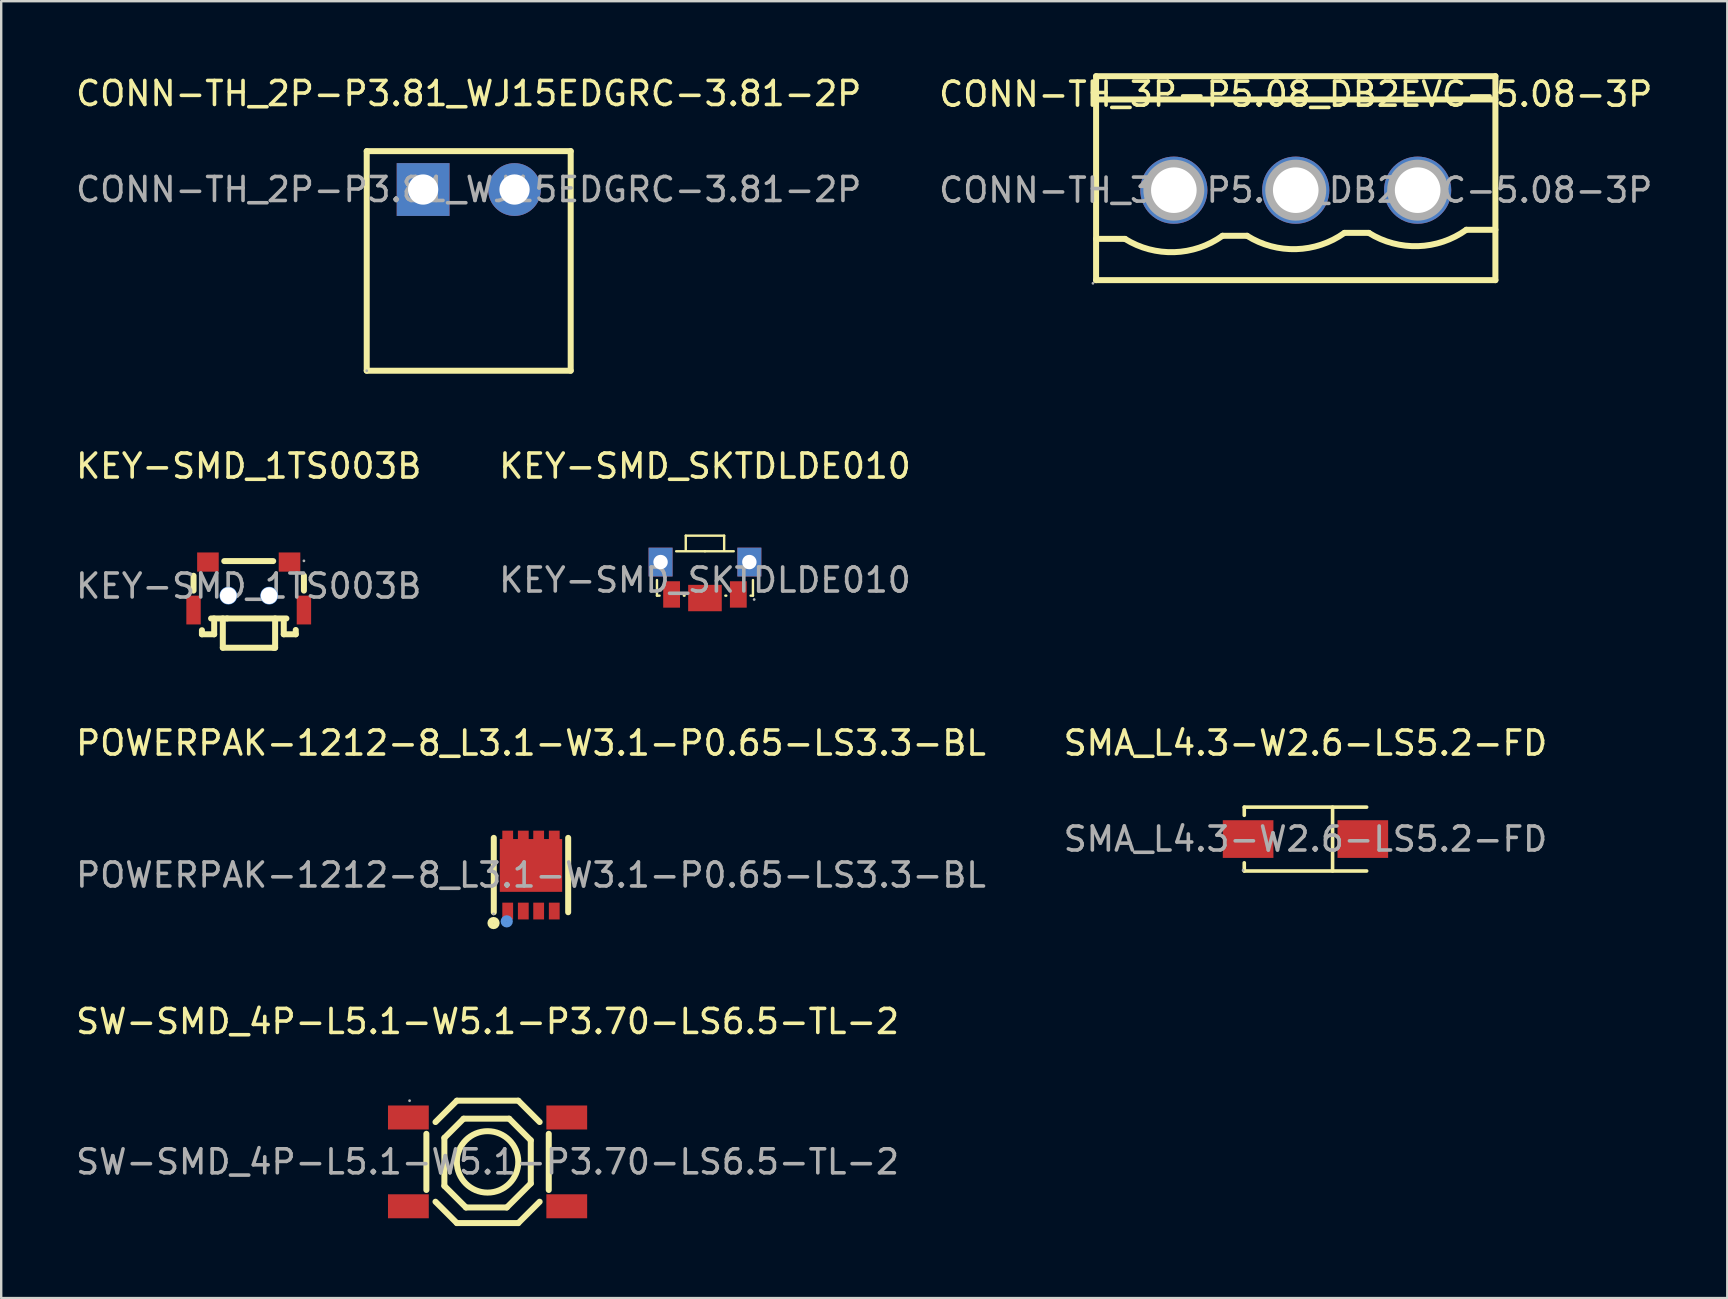
<source format=kicad_pcb>
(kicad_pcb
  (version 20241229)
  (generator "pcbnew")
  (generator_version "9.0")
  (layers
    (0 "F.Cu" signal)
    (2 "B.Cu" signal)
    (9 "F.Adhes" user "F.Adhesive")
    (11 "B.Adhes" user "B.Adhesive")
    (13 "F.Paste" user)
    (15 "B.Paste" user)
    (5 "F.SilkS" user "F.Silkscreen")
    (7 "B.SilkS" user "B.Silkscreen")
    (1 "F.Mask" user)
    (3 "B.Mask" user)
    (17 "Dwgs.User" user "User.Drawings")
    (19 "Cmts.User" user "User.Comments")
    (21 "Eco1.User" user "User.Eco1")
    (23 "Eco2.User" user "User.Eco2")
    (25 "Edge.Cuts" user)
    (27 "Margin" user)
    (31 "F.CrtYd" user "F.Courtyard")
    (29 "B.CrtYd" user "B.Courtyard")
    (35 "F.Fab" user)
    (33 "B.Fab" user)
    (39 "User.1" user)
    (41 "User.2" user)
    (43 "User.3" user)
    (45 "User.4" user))
  (footprint "KEY-SMD_SKTDLDE010"
    (layer "F.Cu")
    (at 26.327 21.122)
    (property "Reference" "KEY-SMD_SKTDLDE010" (at 0 -4.75 0) (layer "F.SilkS") (effects (font (size 1 1) (thickness 0.15))))
    (attr smd)
    (fp_line (start -2 0.65) (end -2 0) (stroke (width 0.1) (type solid)) (layer "F.SilkS"))
    (fp_line (start -2 0.65) (end -1.89 0.65) (stroke (width 0.1) (type solid)) (layer "F.SilkS"))
    (fp_line (start -0.88 0.65) (end -0.85 0.65) (stroke (width 0.1) (type solid)) (layer "F.SilkS"))
    (fp_line (start -0.8 -1.85) (end 0.8 -1.85) (stroke (width 0.1) (type solid)) (layer "F.SilkS"))
    (fp_line (start -0.8 -1.25) (end -0.8 -1.85) (stroke (width 0.1) (type solid)) (layer "F.SilkS"))
    (fp_line (start 0 -1.2) (end -1.2 -1.2) (stroke (width 0.1) (type solid)) (layer "F.SilkS"))
    (fp_line (start 0 -1.2) (end 1.2 -1.2) (stroke (width 0.1) (type solid)) (layer "F.SilkS"))
    (fp_line (start 0.8 -1.85) (end 0.8 -1.25) (stroke (width 0.1) (type solid)) (layer "F.SilkS"))
    (fp_line (start 0.85 0.65) (end 0.89 0.65) (stroke (width 0.1) (type solid)) (layer "F.SilkS"))
    (fp_line (start 1.9 0.65) (end 2 0.65) (stroke (width 0.1) (type solid)) (layer "F.SilkS"))
    (fp_line (start 2 0.65) (end 2 0) (stroke (width 0.1) (type solid)) (layer "F.SilkS"))
    (fp_circle (center -1.85 -0.75) (end -1.75 -0.75) (stroke (width 0.2) (type solid)) (fill no) (layer "F.Fab"))
    (fp_circle (center 1.85 -0.75) (end 1.95 -0.75) (stroke (width 0.2) (type solid)) (fill no) (layer "F.Fab"))
    (fp_circle (center 2.05 0.81) (end 2.08 0.81) (stroke (width 0.06) (type solid)) (fill no) (layer "F.Fab"))
    (fp_text user "${REFERENCE}" (at 0 0 0) (layer "F.Fab") (effects (font (size 1 1) (thickness 0.15))))
    (pad "1" smd rect (at 1.39 0.6) (size 0.7 1.1) (layers "F.Cu" "F.Mask" "F.Paste"))
    (pad "2" smd rect (at -1.39 0.6) (size 0.7 1.1) (layers "F.Cu" "F.Mask" "F.Paste"))
    (pad "3" smd rect (at 0 0.75) (size 1.4 1.1) (layers "F.Cu" "F.Mask" "F.Paste"))
    (pad "4" thru_hole rect (at -1.85 -0.75) (size 1 1.2) (drill 0.6) (layers "*.Cu" "*.Mask"))
    (pad "4" thru_hole rect (at 1.85 -0.75) (size 1 1.2) (drill 0.6) (layers "*.Cu" "*.Mask")))
  (footprint "POWERPAK-1212-8_L3.1-W3.1-P0.65-LS3.3-BL"
    (layer "F.Cu")
    (at 19.077 33.415)
    (property "Reference" "POWERPAK-1212-8_L3.1-W3.1-P0.65-LS3.3-BL" (at 0 -5.5 0) (layer "F.SilkS") (effects (font (size 1 1) (thickness 0.15))))
    (attr smd)
    (fp_line (start -1.55 1.55) (end -1.55 -1.55) (stroke (width 0.25) (type solid)) (layer "F.SilkS"))
    (fp_line (start 1.55 -1.55) (end 1.55 1.55) (stroke (width 0.25) (type solid)) (layer "F.SilkS"))
    (fp_circle (center -1.56 2) (end -1.43 2) (stroke (width 0.25) (type solid)) (fill no) (layer "F.SilkS"))
    (fp_circle (center -1.01 1.93) (end -0.88 1.93) (stroke (width 0.25) (type solid)) (fill no) (layer "Cmts.User"))
    (fp_circle (center -1.56 1.62) (end -1.53 1.62) (stroke (width 0.06) (type solid)) (fill no) (layer "F.Fab"))
    (fp_text user "${REFERENCE}" (at 0 0 0) (layer "F.Fab") (effects (font (size 1 1) (thickness 0.15))))
    (pad "1" smd rect (at -0.97 1.5) (size 0.45 0.7) (layers "F.Cu" "F.Mask" "F.Paste"))
    (pad "2" smd rect (at -0.32 1.5) (size 0.45 0.7) (layers "F.Cu" "F.Mask" "F.Paste"))
    (pad "3" smd rect (at 0.32 1.5) (size 0.45 0.7) (layers "F.Cu" "F.Mask" "F.Paste"))
    (pad "4" smd rect (at 0.97 1.5) (size 0.45 0.7) (layers "F.Cu" "F.Mask" "F.Paste"))
    (pad "5" smd rect (at 0.97 -1.5) (size 0.45 0.7) (layers "F.Cu" "F.Mask" "F.Paste"))
    (pad "6" smd rect (at 0.32 -1.5) (size 0.45 0.7) (layers "F.Cu" "F.Mask" "F.Paste"))
    (pad "7" smd rect (at -0.32 -1.5) (size 0.45 0.7) (layers "F.Cu" "F.Mask" "F.Paste"))
    (pad "8" smd rect (at -0.97 -1.5) (size 0.45 0.7) (layers "F.Cu" "F.Mask" "F.Paste"))
    (pad "8" smd rect (at 0 -0.4) (size 2.6 2.2) (layers "F.Cu" "F.Mask" "F.Paste")))
  (footprint "SW-SMD_4P-L5.1-W5.1-P3.70-LS6.5-TL-2"
    (layer "F.Cu")
    (at 17.268 45.368)
    (property "Reference" "SW-SMD_4P-L5.1-W5.1-P3.70-LS6.5-TL-2" (at 0 -5.85 0) (layer "F.SilkS") (effects (font (size 1 1) (thickness 0.15))))
    (attr smd)
    (fp_line (start -2.55 -1.17) (end -2.55 1.17) (stroke (width 0.25) (type solid)) (layer "F.SilkS"))
    (fp_line (start -2.17 1.66) (end -1.28 2.55) (stroke (width 0.25) (type solid)) (layer "F.SilkS"))
    (fp_line (start -1.8 -1) (end -1 -1.8) (stroke (width 0.25) (type solid)) (layer "F.SilkS"))
    (fp_line (start -1.8 1) (end -1.8 -1) (stroke (width 0.25) (type solid)) (layer "F.SilkS"))
    (fp_line (start -1.28 -2.55) (end -2.17 -1.66) (stroke (width 0.25) (type solid)) (layer "F.SilkS"))
    (fp_line (start -1.28 -2.55) (end 1.28 -2.55) (stroke (width 0.25) (type solid)) (layer "F.SilkS"))
    (fp_line (start -1.28 2.55) (end 1.28 2.55) (stroke (width 0.25) (type solid)) (layer "F.SilkS"))
    (fp_line (start -1 -1.8) (end 0.9 -1.8) (stroke (width 0.25) (type solid)) (layer "F.SilkS"))
    (fp_line (start -0.9 1.9) (end -1.8 1) (stroke (width 0.25) (type solid)) (layer "F.SilkS"))
    (fp_line (start 0.8 1.9) (end -0.9 1.9) (stroke (width 0.25) (type solid)) (layer "F.SilkS"))
    (fp_line (start 0.9 -1.8) (end 1.8 -0.9) (stroke (width 0.25) (type solid)) (layer "F.SilkS"))
    (fp_line (start 1.28 -2.55) (end 2.17 -1.66) (stroke (width 0.25) (type solid)) (layer "F.SilkS"))
    (fp_line (start 1.8 -0.9) (end 1.8 0.9) (stroke (width 0.25) (type solid)) (layer "F.SilkS"))
    (fp_line (start 1.8 0.9) (end 0.8 1.9) (stroke (width 0.25) (type solid)) (layer "F.SilkS"))
    (fp_line (start 2.17 1.66) (end 1.28 2.55) (stroke (width 0.25) (type solid)) (layer "F.SilkS"))
    (fp_line (start 2.55 -1.17) (end 2.55 1.17) (stroke (width 0.25) (type solid)) (layer "F.SilkS"))
    (fp_circle (center 0 0) (end 1.28 0) (stroke (width 0.25) (type solid)) (fill no) (layer "F.SilkS"))
    (fp_circle (center -3.25 -2.55) (end -3.22 -2.55) (stroke (width 0.06) (type solid)) (fill no) (layer "F.Fab"))
    (fp_text user "${REFERENCE}" (at 0 0 0) (layer "F.Fab") (effects (font (size 1 1) (thickness 0.15))))
    (pad "1" smd rect (at -3.3 -1.85) (size 1.7 1) (layers "F.Cu" "F.Mask" "F.Paste"))
    (pad "2" smd rect (at 3.3 -1.85) (size 1.7 1) (layers "F.Cu" "F.Mask" "F.Paste"))
    (pad "3" smd rect (at -3.3 1.85) (size 1.7 1) (layers "F.Cu" "F.Mask" "F.Paste"))
    (pad "4" smd rect (at 3.3 1.85) (size 1.7 1) (layers "F.Cu" "F.Mask" "F.Paste")))
  (footprint "CONN-TH_3P-P5.08_DB2EVC-5.08-3P"
    (layer "F.Cu")
    (at 50.946 4.875)
    (property "Reference" "CONN-TH_3P-P5.08_DB2EVC-5.08-3P" (at 0 -4 0) (layer "F.SilkS") (effects (font (size 1 1) (thickness 0.15))))
    (attr through_hole)
    (fp_line (start -8.32 -3.78) (end 8.32 -3.78) (stroke (width 0.25) (type solid)) (layer "F.SilkS"))
    (fp_line (start -8.32 3.75) (end -8.32 -4.75) (stroke (width 0.25) (type solid)) (layer "F.SilkS"))
    (fp_line (start -8.32 3.75) (end 8.32 3.75) (stroke (width 0.25) (type solid)) (layer "F.SilkS"))
    (fp_line (start -7.11 2.03) (end -8.32 2.03) (stroke (width 0.25) (type solid)) (layer "F.SilkS"))
    (fp_line (start -2.03 1.9) (end -3.05 1.9) (stroke (width 0.25) (type solid)) (layer "F.SilkS"))
    (fp_line (start 3.05 1.78) (end 2.03 1.78) (stroke (width 0.25) (type solid)) (layer "F.SilkS"))
    (fp_line (start 7.11 1.65) (end 8.32 1.65) (stroke (width 0.25) (type solid)) (layer "F.SilkS"))
    (fp_line (start 8.32 -4.75) (end -8.32 -4.75) (stroke (width 0.25) (type solid)) (layer "F.SilkS"))
    (fp_line (start 8.32 3.75) (end 8.32 -4.75) (stroke (width 0.25) (type solid)) (layer "F.SilkS"))
    (fp_arc (start -3.05 1.9) (mid -5.062838 2.582954) (end -7.115304 2.030387) (stroke (width 0.25) (type solid)) (layer "F.SilkS"))
    (fp_arc (start 2.03 1.78) (mid 0.018852 2.45739) (end -2.029112 1.90114) (stroke (width 0.25) (type solid)) (layer "F.SilkS"))
    (fp_arc (start 7.11 1.65) (mid 5.097162 2.332954) (end 3.044696 1.780387) (stroke (width 0.25) (type solid)) (layer "F.SilkS"))
    (fp_circle (center -8.45 3.88) (end -8.42 3.88) (stroke (width 0.06) (type solid)) (fill no) (layer "F.Fab"))
    (fp_circle (center -5.08 0) (end -4.66 0) (stroke (width 0.85) (type solid)) (fill no) (layer "F.Fab"))
    (fp_circle (center 0 0) (end 0.42 0) (stroke (width 0.85) (type solid)) (fill no) (layer "F.Fab"))
    (fp_circle (center 5.08 0) (end 5.5 0) (stroke (width 0.85) (type solid)) (fill no) (layer "F.Fab"))
    (fp_text user "${REFERENCE}" (at 0 0 0) (layer "F.Fab") (effects (font (size 1 1) (thickness 0.15))))
    (pad "1" thru_hole circle (at -5.08 0) (size 2.8 2.8) (drill 1.9) (layers "*.Cu" "*.Mask"))
    (pad "2" thru_hole circle (at 0 0) (size 2.8 2.8) (drill 1.9) (layers "*.Cu" "*.Mask"))
    (pad "3" thru_hole circle (at 5.08 0) (size 2.8 2.8) (drill 1.9) (layers "*.Cu" "*.Mask")))
  (footprint "KEY-SMD_1TS003B"
    (layer "F.Cu")
    (at 7.315 21.372)
    (property "Reference" "KEY-SMD_1TS003B" (at 0 -5 0) (layer "F.SilkS") (effects (font (size 1 1) (thickness 0.15))))
    (attr smd)
    (fp_line (start -2.3 -0.43) (end -2.3 0.19) (stroke (width 0.25) (type solid)) (layer "F.SilkS"))
    (fp_line (start -1.95 2.01) (end -1.95 1.84) (stroke (width 0.25) (type solid)) (layer "F.SilkS"))
    (fp_line (start -1.45 1.35) (end -1.57 1.35) (stroke (width 0.25) (type solid)) (layer "F.SilkS"))
    (fp_line (start -1.45 1.35) (end -0.9 1.35) (stroke (width 0.25) (type solid)) (layer "F.SilkS"))
    (fp_line (start -1.44 1.5) (end -1.44 2.01) (stroke (width 0.25) (type solid)) (layer "F.SilkS"))
    (fp_line (start -1.44 2.01) (end -1.95 2.01) (stroke (width 0.25) (type solid)) (layer "F.SilkS"))
    (fp_line (start -1.08 1.35) (end -1.08 2.57) (stroke (width 0.25) (type solid)) (layer "F.SilkS"))
    (fp_line (start -1.08 2.57) (end 1.03 2.57) (stroke (width 0.25) (type solid)) (layer "F.SilkS"))
    (fp_line (start -1.02 -1.04) (end 1.02 -1.04) (stroke (width 0.25) (type solid)) (layer "F.SilkS"))
    (fp_line (start -0.9 1.35) (end 1.57 1.35) (stroke (width 0.25) (type solid)) (layer "F.SilkS"))
    (fp_line (start 1.03 2.57) (end 1.1 2.57) (stroke (width 0.25) (type solid)) (layer "F.SilkS"))
    (fp_line (start 1.1 2.57) (end 1.1 1.35) (stroke (width 0.25) (type solid)) (layer "F.SilkS"))
    (fp_line (start 1.46 2.01) (end 1.46 1.5) (stroke (width 0.25) (type solid)) (layer "F.SilkS"))
    (fp_line (start 1.96 1.83) (end 1.96 2.01) (stroke (width 0.25) (type solid)) (layer "F.SilkS"))
    (fp_line (start 1.96 2.01) (end 1.46 2.01) (stroke (width 0.25) (type solid)) (layer "F.SilkS"))
    (fp_line (start 2.3 -0.43) (end 2.3 0.19) (stroke (width 0.25) (type solid)) (layer "F.SilkS"))
    (fp_circle (center -0.85 0.4) (end -0.73 0.4) (stroke (width 0.25) (type solid)) (fill no) (layer "Cmts.User"))
    (fp_circle (center 0.85 0.4) (end 0.97 0.4) (stroke (width 0.25) (type solid)) (fill no) (layer "Cmts.User"))
    (fp_circle (center 2.3 -1.05) (end 2.33 -1.05) (stroke (width 0.06) (type solid)) (fill no) (layer "F.Fab"))
    (fp_text user "${REFERENCE}" (at 0 0 0) (layer "F.Fab") (effects (font (size 1 1) (thickness 0.15))))
    (pad "" thru_hole circle (at -0.85 0.4) (size 0.7 0.7) (drill 0.7) (layers "*.Cu" "*.Mask"))
    (pad "" thru_hole circle (at 0.85 0.4) (size 0.7 0.7) (drill 0.7) (layers "*.Cu" "*.Mask"))
    (pad "1" smd rect (at 1.7 -1 90) (size 0.8 0.9) (layers "F.Cu" "F.Mask" "F.Paste"))
    (pad "2" smd rect (at -1.7 -1 90) (size 0.8 0.9) (layers "F.Cu" "F.Mask" "F.Paste"))
    (pad "3" smd rect (at -2.3 1 180) (size 0.6 1.2) (layers "F.Cu" "F.Mask" "F.Paste"))
    (pad "4" smd rect (at 2.3 1 180) (size 0.6 1.2) (layers "F.Cu" "F.Mask" "F.Paste")))
  (footprint "CONN-TH_2P-P3.81_WJ15EDGRC-3.81-2P"
    (layer "F.Cu")
    (at 16.482 4.848)
    (property "Reference" "CONN-TH_2P-P3.81_WJ15EDGRC-3.81-2P" (at 0 -4 0) (layer "F.SilkS") (effects (font (size 1 1) (thickness 0.15))))
    (attr through_hole)
    (fp_line (start -4.25 -1.6) (end -4.25 7.55) (stroke (width 0.25) (type solid)) (layer "F.SilkS"))
    (fp_line (start -4.25 7.55) (end 4.25 7.55) (stroke (width 0.25) (type solid)) (layer "F.SilkS"))
    (fp_line (start 4.25 -1.6) (end -4.25 -1.6) (stroke (width 0.25) (type solid)) (layer "F.SilkS"))
    (fp_line (start 4.25 7.55) (end 4.25 -1.6) (stroke (width 0.25) (type solid)) (layer "F.SilkS"))
    (fp_circle (center -4.25 7.55) (end -4.22 7.55) (stroke (width 0.06) (type solid)) (fill no) (layer "F.Fab"))
    (fp_text user "${REFERENCE}" (at 0 0 0) (layer "F.Fab") (effects (font (size 1 1) (thickness 0.15))))
    (pad "1" thru_hole rect (at -1.9 0) (size 2.2 2.2) (drill 1.26) (layers "*.Cu" "*.Mask"))
    (pad "2" thru_hole circle (at 1.91 0) (size 2.2 2.2) (drill 1.26) (layers "*.Cu" "*.Mask")))
  (footprint "SMA_L4.3-W2.6-LS5.2-FD"
    (layer "F.Cu")
    (at 51.351 31.915)
    (property "Reference" "SMA_L4.3-W2.6-LS5.2-FD" (at 0 -4 0) (layer "F.SilkS") (effects (font (size 1 1) (thickness 0.15))))
    (attr smd)
    (fp_line (start -2.55 -1.33) (end -2.55 -0.99) (stroke (width 0.15) (type solid)) (layer "F.SilkS"))
    (fp_line (start -2.55 1.33) (end -2.55 0.99) (stroke (width 0.15) (type solid)) (layer "F.SilkS"))
    (fp_line (start 1.13 1.33) (end 1.13 -1.33) (stroke (width 0.15) (type solid)) (layer "F.SilkS"))
    (fp_line (start 2.55 -1.33) (end -2.55 -1.33) (stroke (width 0.15) (type solid)) (layer "F.SilkS"))
    (fp_line (start 2.55 1.33) (end -2.55 1.33) (stroke (width 0.15) (type solid)) (layer "F.SilkS"))
    (fp_circle (center -2.6 1.3) (end -2.57 1.3) (stroke (width 0.06) (type solid)) (fill no) (layer "F.Fab"))
    (fp_text user "${REFERENCE}" (at 0 0 0) (layer "F.Fab") (effects (font (size 1 1) (thickness 0.15))))
    (pad "1" smd rect (at -2.39 0) (size 2.11 1.57) (layers "F.Cu" "F.Mask" "F.Paste"))
    (pad "2" smd rect (at 2.39 0) (size 2.11 1.57) (layers "F.Cu" "F.Mask" "F.Paste")))
  (gr_rect
    (start -3 -3)
    (end 68.929 51.043)
    (stroke (width 0.1) (type default))
    (fill no)
    (layer "Edge.Cuts")))
</source>
